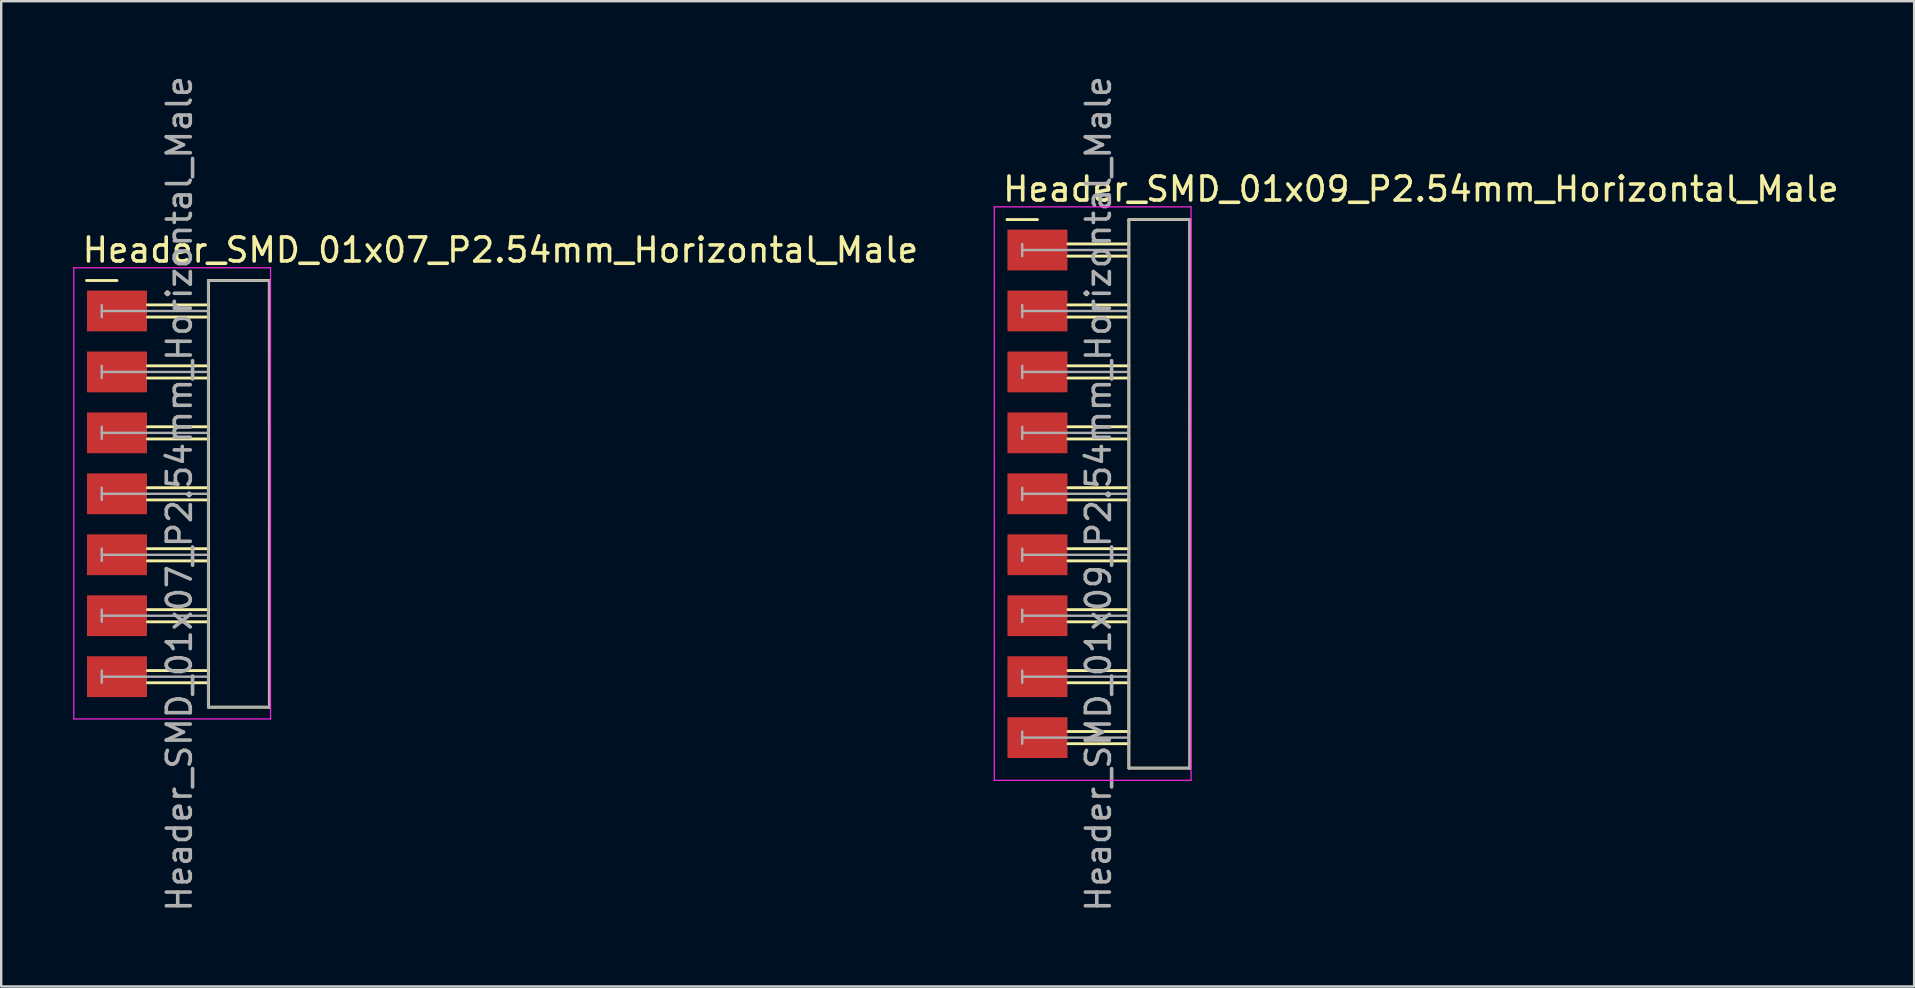
<source format=kicad_pcb>
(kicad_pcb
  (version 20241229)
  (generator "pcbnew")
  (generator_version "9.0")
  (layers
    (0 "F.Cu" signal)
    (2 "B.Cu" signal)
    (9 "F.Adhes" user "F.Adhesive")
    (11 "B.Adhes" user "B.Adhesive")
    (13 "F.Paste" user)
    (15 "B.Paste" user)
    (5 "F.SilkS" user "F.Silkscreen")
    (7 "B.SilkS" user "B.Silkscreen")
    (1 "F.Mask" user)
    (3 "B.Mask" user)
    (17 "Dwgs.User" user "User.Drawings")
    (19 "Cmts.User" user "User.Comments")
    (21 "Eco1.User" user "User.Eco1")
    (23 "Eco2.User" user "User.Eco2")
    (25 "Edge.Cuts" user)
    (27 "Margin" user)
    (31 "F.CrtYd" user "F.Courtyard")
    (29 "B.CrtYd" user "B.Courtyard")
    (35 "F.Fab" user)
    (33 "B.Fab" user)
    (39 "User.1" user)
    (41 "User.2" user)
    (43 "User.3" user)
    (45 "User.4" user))
  (footprint "Header_SMD_01x07_P2.54mm_Horizontal_Male"
    (layer "F.Cu")
    (at 1.825 9.91)
    (property "Reference" "Header_SMD_01x07_P2.54mm_Horizontal_Male" (at -1.524 -2.54 180) (layer "F.SilkS") (effects (font (size 1 1) (thickness 0.15)) (justify left)))
    (attr smd)
    (fp_line (start -1.27 -1.27) (end 0 -1.27) (stroke (width 0.12) (type solid)) (layer "F.SilkS"))
    (fp_line (start 3.81 -1.27) (end 6.35 -1.27) (stroke (width 0.12) (type solid)) (layer "F.SilkS"))
    (fp_line (start 3.81 -0.254) (end 1.27 -0.254) (stroke (width 0.12) (type solid)) (layer "F.SilkS"))
    (fp_line (start 3.81 0.254) (end 1.27 0.254) (stroke (width 0.12) (type solid)) (layer "F.SilkS"))
    (fp_line (start 3.81 2.286) (end 1.27 2.286) (stroke (width 0.12) (type solid)) (layer "F.SilkS"))
    (fp_line (start 3.81 2.794) (end 1.27 2.794) (stroke (width 0.12) (type solid)) (layer "F.SilkS"))
    (fp_line (start 3.81 4.826) (end 1.27 4.826) (stroke (width 0.12) (type solid)) (layer "F.SilkS"))
    (fp_line (start 3.81 5.334) (end 1.27 5.334) (stroke (width 0.12) (type solid)) (layer "F.SilkS"))
    (fp_line (start 3.81 7.366) (end 1.27 7.366) (stroke (width 0.12) (type solid)) (layer "F.SilkS"))
    (fp_line (start 3.81 7.874) (end 1.27 7.874) (stroke (width 0.12) (type solid)) (layer "F.SilkS"))
    (fp_line (start 3.81 9.906) (end 1.27 9.906) (stroke (width 0.12) (type solid)) (layer "F.SilkS"))
    (fp_line (start 3.81 10.414) (end 1.27 10.414) (stroke (width 0.12) (type solid)) (layer "F.SilkS"))
    (fp_line (start 3.81 12.446) (end 1.27 12.446) (stroke (width 0.12) (type solid)) (layer "F.SilkS"))
    (fp_line (start 3.81 12.954) (end 1.27 12.954) (stroke (width 0.12) (type solid)) (layer "F.SilkS"))
    (fp_line (start 3.81 14.986) (end 1.27 14.986) (stroke (width 0.12) (type solid)) (layer "F.SilkS"))
    (fp_line (start 3.81 15.494) (end 1.27 15.494) (stroke (width 0.12) (type solid)) (layer "F.SilkS"))
    (fp_line (start 3.81 16.51) (end 3.81 -1.27) (stroke (width 0.12) (type solid)) (layer "F.SilkS"))
    (fp_line (start 6.35 -1.27) (end 6.35 16.51) (stroke (width 0.12) (type solid)) (layer "F.SilkS"))
    (fp_line (start 6.35 16.51) (end 3.81 16.51) (stroke (width 0.12) (type solid)) (layer "F.SilkS"))
    (fp_line (start -1.8 -1.8) (end -1.8 17) (stroke (width 0.05) (type solid)) (layer "F.CrtYd"))
    (fp_line (start -1.8 17) (end 6.4 17) (stroke (width 0.05) (type solid)) (layer "F.CrtYd"))
    (fp_line (start 6.4 -1.8) (end -1.8 -1.8) (stroke (width 0.05) (type solid)) (layer "F.CrtYd"))
    (fp_line (start 6.4 17) (end 6.4 -1.8) (stroke (width 0.05) (type solid)) (layer "F.CrtYd"))
    (fp_line (start -0.635 -0.254) (end -0.635 0.254) (stroke (width 0.1) (type solid)) (layer "F.Fab"))
    (fp_line (start -0.635 2.286) (end -0.635 2.794) (stroke (width 0.1) (type solid)) (layer "F.Fab"))
    (fp_line (start -0.635 4.826) (end -0.635 5.334) (stroke (width 0.1) (type solid)) (layer "F.Fab"))
    (fp_line (start -0.635 7.366) (end -0.635 7.874) (stroke (width 0.1) (type solid)) (layer "F.Fab"))
    (fp_line (start -0.635 9.906) (end -0.635 10.414) (stroke (width 0.1) (type solid)) (layer "F.Fab"))
    (fp_line (start -0.635 12.446) (end -0.635 12.954) (stroke (width 0.1) (type solid)) (layer "F.Fab"))
    (fp_line (start -0.635 14.986) (end -0.635 15.494) (stroke (width 0.1) (type solid)) (layer "F.Fab"))
    (fp_line (start 3.8 -1.27) (end 6.34 -1.27) (stroke (width 0.1) (type solid)) (layer "F.Fab"))
    (fp_line (start 3.8 16.51) (end 3.8 -1.27) (stroke (width 0.1) (type solid)) (layer "F.Fab"))
    (fp_line (start 3.8 16.51) (end 6.35 16.51) (stroke (width 0.1) (type solid)) (layer "F.Fab"))
    (fp_line (start 3.81 0) (end -0.635 0) (stroke (width 0.1) (type solid)) (layer "F.Fab"))
    (fp_line (start 3.81 2.54) (end -0.635 2.54) (stroke (width 0.1) (type solid)) (layer "F.Fab"))
    (fp_line (start 3.81 5.08) (end -0.635 5.08) (stroke (width 0.1) (type solid)) (layer "F.Fab"))
    (fp_line (start 3.81 7.62) (end -0.635 7.62) (stroke (width 0.1) (type solid)) (layer "F.Fab"))
    (fp_line (start 3.81 10.16) (end -0.635 10.16) (stroke (width 0.1) (type solid)) (layer "F.Fab"))
    (fp_line (start 3.81 12.7) (end -0.635 12.7) (stroke (width 0.1) (type solid)) (layer "F.Fab"))
    (fp_line (start 3.81 15.24) (end -0.635 15.24) (stroke (width 0.1) (type solid)) (layer "F.Fab"))
    (fp_line (start 6.34 -1.27) (end 6.35 16.51) (stroke (width 0.1) (type solid)) (layer "F.Fab"))
    (fp_text user "${REFERENCE}" (at 2.6 7.62 90) (layer "F.Fab") (effects (font (size 1 1) (thickness 0.15))))
    (pad "1" smd rect (at 0 0) (size 2.5 1.7) (layers "F.Cu" "F.Mask" "F.Paste"))
    (pad "2" smd rect (at 0 2.54) (size 2.5 1.7) (layers "F.Cu" "F.Mask" "F.Paste"))
    (pad "3" smd rect (at 0 5.08) (size 2.5 1.7) (layers "F.Cu" "F.Mask" "F.Paste"))
    (pad "4" smd rect (at 0 7.62) (size 2.5 1.7) (layers "F.Cu" "F.Mask" "F.Paste"))
    (pad "5" smd rect (at 0 10.16) (size 2.5 1.7) (layers "F.Cu" "F.Mask" "F.Paste"))
    (pad "6" smd rect (at 0 12.7) (size 2.5 1.7) (layers "F.Cu" "F.Mask" "F.Paste"))
    (pad "7" smd rect (at 0 15.24) (size 2.5 1.7) (layers "F.Cu" "F.Mask" "F.Paste")))
  (footprint "Header_SMD_01x09_P2.54mm_Horizontal_Male"
    (layer "F.Cu")
    (at 40.186 7.37)
    (property "Reference" "Header_SMD_01x09_P2.54mm_Horizontal_Male" (at -1.524 -2.54 180) (layer "F.SilkS") (effects (font (size 1 1) (thickness 0.15)) (justify left)))
    (attr smd)
    (fp_line (start -1.27 -1.27) (end 0 -1.27) (stroke (width 0.12) (type solid)) (layer "F.SilkS"))
    (fp_line (start 3.81 -1.27) (end 6.35 -1.27) (stroke (width 0.12) (type solid)) (layer "F.SilkS"))
    (fp_line (start 3.81 -0.254) (end 1.27 -0.254) (stroke (width 0.12) (type solid)) (layer "F.SilkS"))
    (fp_line (start 3.81 0.254) (end 1.27 0.254) (stroke (width 0.12) (type solid)) (layer "F.SilkS"))
    (fp_line (start 3.81 2.286) (end 1.27 2.286) (stroke (width 0.12) (type solid)) (layer "F.SilkS"))
    (fp_line (start 3.81 2.794) (end 1.27 2.794) (stroke (width 0.12) (type solid)) (layer "F.SilkS"))
    (fp_line (start 3.81 4.826) (end 1.27 4.826) (stroke (width 0.12) (type solid)) (layer "F.SilkS"))
    (fp_line (start 3.81 5.334) (end 1.27 5.334) (stroke (width 0.12) (type solid)) (layer "F.SilkS"))
    (fp_line (start 3.81 7.366) (end 1.27 7.366) (stroke (width 0.12) (type solid)) (layer "F.SilkS"))
    (fp_line (start 3.81 7.874) (end 1.27 7.874) (stroke (width 0.12) (type solid)) (layer "F.SilkS"))
    (fp_line (start 3.81 9.906) (end 1.27 9.906) (stroke (width 0.12) (type solid)) (layer "F.SilkS"))
    (fp_line (start 3.81 10.414) (end 1.27 10.414) (stroke (width 0.12) (type solid)) (layer "F.SilkS"))
    (fp_line (start 3.81 12.446) (end 1.27 12.446) (stroke (width 0.12) (type solid)) (layer "F.SilkS"))
    (fp_line (start 3.81 12.954) (end 1.27 12.954) (stroke (width 0.12) (type solid)) (layer "F.SilkS"))
    (fp_line (start 3.81 14.986) (end 1.27 14.986) (stroke (width 0.12) (type solid)) (layer "F.SilkS"))
    (fp_line (start 3.81 15.494) (end 1.27 15.494) (stroke (width 0.12) (type solid)) (layer "F.SilkS"))
    (fp_line (start 3.81 17.526) (end 1.27 17.526) (stroke (width 0.12) (type solid)) (layer "F.SilkS"))
    (fp_line (start 3.81 18.034) (end 1.27 18.034) (stroke (width 0.12) (type solid)) (layer "F.SilkS"))
    (fp_line (start 3.81 20.066) (end 1.27 20.066) (stroke (width 0.12) (type solid)) (layer "F.SilkS"))
    (fp_line (start 3.81 20.574) (end 1.27 20.574) (stroke (width 0.12) (type solid)) (layer "F.SilkS"))
    (fp_line (start 3.81 21.59) (end 3.81 -1.27) (stroke (width 0.12) (type solid)) (layer "F.SilkS"))
    (fp_line (start 6.35 -1.27) (end 6.35 21.59) (stroke (width 0.12) (type solid)) (layer "F.SilkS"))
    (fp_line (start 6.35 21.59) (end 3.81 21.59) (stroke (width 0.12) (type solid)) (layer "F.SilkS"))
    (fp_line (start -1.8 -1.8) (end -1.8 22.1) (stroke (width 0.05) (type solid)) (layer "F.CrtYd"))
    (fp_line (start -1.8 22.1) (end 6.4 22.1) (stroke (width 0.05) (type solid)) (layer "F.CrtYd"))
    (fp_line (start 6.4 -1.8) (end -1.8 -1.8) (stroke (width 0.05) (type solid)) (layer "F.CrtYd"))
    (fp_line (start 6.4 22.1) (end 6.4 -1.8) (stroke (width 0.05) (type solid)) (layer "F.CrtYd"))
    (fp_line (start -0.635 -0.254) (end -0.635 0.254) (stroke (width 0.1) (type solid)) (layer "F.Fab"))
    (fp_line (start -0.635 2.286) (end -0.635 2.794) (stroke (width 0.1) (type solid)) (layer "F.Fab"))
    (fp_line (start -0.635 4.826) (end -0.635 5.334) (stroke (width 0.1) (type solid)) (layer "F.Fab"))
    (fp_line (start -0.635 7.366) (end -0.635 7.874) (stroke (width 0.1) (type solid)) (layer "F.Fab"))
    (fp_line (start -0.635 9.906) (end -0.635 10.414) (stroke (width 0.1) (type solid)) (layer "F.Fab"))
    (fp_line (start -0.635 12.446) (end -0.635 12.954) (stroke (width 0.1) (type solid)) (layer "F.Fab"))
    (fp_line (start -0.635 14.986) (end -0.635 15.494) (stroke (width 0.1) (type solid)) (layer "F.Fab"))
    (fp_line (start -0.635 17.526) (end -0.635 18.034) (stroke (width 0.1) (type solid)) (layer "F.Fab"))
    (fp_line (start -0.635 20.066) (end -0.635 20.574) (stroke (width 0.1) (type solid)) (layer "F.Fab"))
    (fp_line (start 3.8 -1.27) (end 6.34 -1.27) (stroke (width 0.1) (type solid)) (layer "F.Fab"))
    (fp_line (start 3.8 21.59) (end 3.8 -1.27) (stroke (width 0.1) (type solid)) (layer "F.Fab"))
    (fp_line (start 3.8 21.59) (end 6.35 21.59) (stroke (width 0.1) (type solid)) (layer "F.Fab"))
    (fp_line (start 3.81 0) (end -0.635 0) (stroke (width 0.1) (type solid)) (layer "F.Fab"))
    (fp_line (start 3.81 2.54) (end -0.635 2.54) (stroke (width 0.1) (type solid)) (layer "F.Fab"))
    (fp_line (start 3.81 5.08) (end -0.635 5.08) (stroke (width 0.1) (type solid)) (layer "F.Fab"))
    (fp_line (start 3.81 7.62) (end -0.635 7.62) (stroke (width 0.1) (type solid)) (layer "F.Fab"))
    (fp_line (start 3.81 10.16) (end -0.635 10.16) (stroke (width 0.1) (type solid)) (layer "F.Fab"))
    (fp_line (start 3.81 12.7) (end -0.635 12.7) (stroke (width 0.1) (type solid)) (layer "F.Fab"))
    (fp_line (start 3.81 15.24) (end -0.635 15.24) (stroke (width 0.1) (type solid)) (layer "F.Fab"))
    (fp_line (start 3.81 17.78) (end -0.635 17.78) (stroke (width 0.1) (type solid)) (layer "F.Fab"))
    (fp_line (start 3.81 20.32) (end -0.635 20.32) (stroke (width 0.1) (type solid)) (layer "F.Fab"))
    (fp_line (start 6.34 -1.27) (end 6.35 21.59) (stroke (width 0.1) (type solid)) (layer "F.Fab"))
    (fp_text user "${REFERENCE}" (at 2.54 10.16 90) (layer "F.Fab") (effects (font (size 1 1) (thickness 0.15))))
    (pad "1" smd rect (at 0 0) (size 2.5 1.7) (layers "F.Cu" "F.Mask" "F.Paste"))
    (pad "2" smd rect (at 0 2.54) (size 2.5 1.7) (layers "F.Cu" "F.Mask" "F.Paste"))
    (pad "3" smd rect (at 0 5.08) (size 2.5 1.7) (layers "F.Cu" "F.Mask" "F.Paste"))
    (pad "4" smd rect (at 0 7.62) (size 2.5 1.7) (layers "F.Cu" "F.Mask" "F.Paste"))
    (pad "5" smd rect (at 0 10.16) (size 2.5 1.7) (layers "F.Cu" "F.Mask" "F.Paste"))
    (pad "6" smd rect (at 0 12.7) (size 2.5 1.7) (layers "F.Cu" "F.Mask" "F.Paste"))
    (pad "7" smd rect (at 0 15.24) (size 2.5 1.7) (layers "F.Cu" "F.Mask" "F.Paste"))
    (pad "8" smd rect (at 0 17.78) (size 2.5 1.7) (layers "F.Cu" "F.Mask" "F.Paste"))
    (pad "9" smd rect (at 0 20.32) (size 2.5 1.7) (layers "F.Cu" "F.Mask" "F.Paste")))
  (gr_rect
    (start -3 -3)
    (end 76.721 38.06)
    (stroke (width 0.1) (type default))
    (fill no)
    (layer "Edge.Cuts")))
</source>
